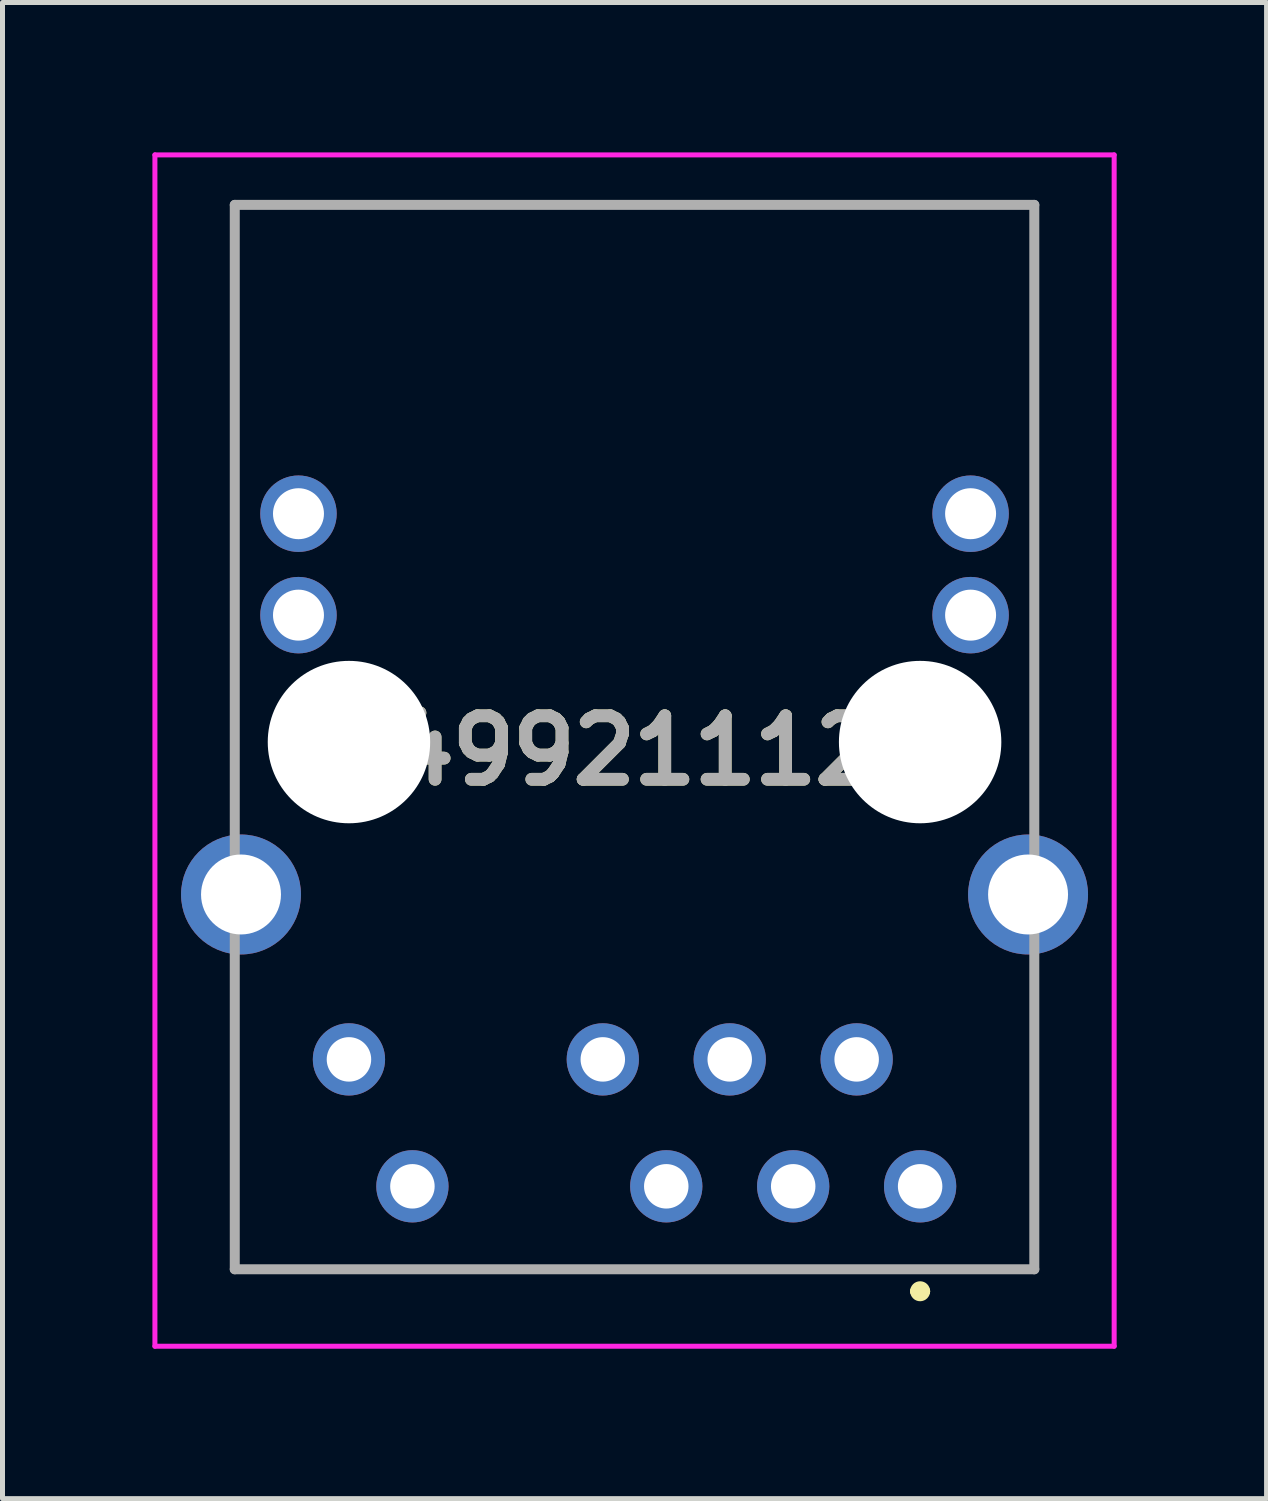
<source format=kicad_pcb>
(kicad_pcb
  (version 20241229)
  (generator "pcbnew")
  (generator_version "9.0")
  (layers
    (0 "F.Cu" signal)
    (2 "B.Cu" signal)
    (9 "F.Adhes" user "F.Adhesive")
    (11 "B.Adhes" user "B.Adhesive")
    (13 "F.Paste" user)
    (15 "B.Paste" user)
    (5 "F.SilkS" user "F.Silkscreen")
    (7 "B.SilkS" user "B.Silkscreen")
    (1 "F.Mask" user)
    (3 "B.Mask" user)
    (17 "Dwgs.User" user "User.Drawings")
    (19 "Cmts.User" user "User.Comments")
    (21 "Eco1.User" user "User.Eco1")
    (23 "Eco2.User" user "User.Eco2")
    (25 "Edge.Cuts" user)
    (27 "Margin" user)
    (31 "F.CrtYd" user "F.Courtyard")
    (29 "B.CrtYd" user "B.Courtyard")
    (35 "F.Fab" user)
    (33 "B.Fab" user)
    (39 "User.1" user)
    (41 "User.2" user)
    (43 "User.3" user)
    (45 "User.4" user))
  (footprint "7499211125"
    (layer "F.Cu")
    (at 15.363 20.69)
    (property "Reference" "7499211125" (at -5.715 -8.72 0) (layer "F.SilkS") (effects (font (size 1.27 1.27) (thickness 0.254))))
    (attr through_hole)
    (fp_line (start -13.715 -19.64) (end 2.285 -19.64) (stroke (width 0.1) (type solid)) (layer "F.SilkS"))
    (fp_line (start -13.715 -7.3) (end -13.715 -19.64) (stroke (width 0.1) (type solid)) (layer "F.SilkS"))
    (fp_line (start -13.715 -4.4) (end -13.715 1.66) (stroke (width 0.1) (type solid)) (layer "F.SilkS"))
    (fp_line (start -13.715 1.66) (end 2.16 1.66) (stroke (width 0.1) (type solid)) (layer "F.SilkS"))
    (fp_line (start -0.1 2.1) (end -0.1 2.1) (stroke (width 0.2) (type solid)) (layer "F.SilkS"))
    (fp_line (start 0.1 2.1) (end 0.1 2.1) (stroke (width 0.2) (type solid)) (layer "F.SilkS"))
    (fp_line (start 2.16 1.66) (end 2.285 1.66) (stroke (width 0.1) (type solid)) (layer "F.SilkS"))
    (fp_line (start 2.285 -19.64) (end 2.285 -7.3) (stroke (width 0.1) (type solid)) (layer "F.SilkS"))
    (fp_line (start 2.285 1.66) (end 2.285 -4.4) (stroke (width 0.1) (type solid)) (layer "F.SilkS"))
    (fp_arc (start -0.1 2.1) (mid 0 2) (end 0.1 2.1) (stroke (width 0.2) (type solid)) (layer "F.SilkS"))
    (fp_arc (start 0.1 2.1) (mid 0 2.2) (end -0.1 2.1) (stroke (width 0.2) (type solid)) (layer "F.SilkS"))
    (fp_line (start -15.313 -20.64) (end 3.883 -20.64) (stroke (width 0.1) (type solid)) (layer "F.CrtYd"))
    (fp_line (start -15.313 3.2) (end -15.313 -20.64) (stroke (width 0.1) (type solid)) (layer "F.CrtYd"))
    (fp_line (start 3.883 -20.64) (end 3.883 3.2) (stroke (width 0.1) (type solid)) (layer "F.CrtYd"))
    (fp_line (start 3.883 3.2) (end -15.313 3.2) (stroke (width 0.1) (type solid)) (layer "F.CrtYd"))
    (fp_line (start -13.715 -19.64) (end 2.285 -19.64) (stroke (width 0.2) (type solid)) (layer "F.Fab"))
    (fp_line (start -13.715 1.66) (end -13.715 -19.64) (stroke (width 0.2) (type solid)) (layer "F.Fab"))
    (fp_line (start 2.285 -19.64) (end 2.285 1.66) (stroke (width 0.2) (type solid)) (layer "F.Fab"))
    (fp_line (start 2.285 1.66) (end -13.715 1.66) (stroke (width 0.2) (type solid)) (layer "F.Fab"))
    (fp_text user "${REFERENCE}" (at -5.715 -8.72 0) (layer "F.Fab") (effects (font (size 1.27 1.27) (thickness 0.254))))
    (pad "" np_thru_hole circle (at -11.43 -8.89) (size 3.25 3.25) (drill 3.25) (layers "*.Cu" "*.Mask"))
    (pad "" np_thru_hole circle (at 0 -8.89) (size 3.25 3.25) (drill 3.25) (layers "*.Cu" "*.Mask"))
    (pad "1" thru_hole circle (at 0 0) (size 1.446 1.446) (drill 0.89) (layers "*.Cu" "*.Mask"))
    (pad "2" thru_hole circle (at -1.27 -2.54) (size 1.446 1.446) (drill 0.89) (layers "*.Cu" "*.Mask"))
    (pad "3" thru_hole circle (at -2.54 0) (size 1.446 1.446) (drill 0.89) (layers "*.Cu" "*.Mask"))
    (pad "4" thru_hole circle (at -3.81 -2.54) (size 1.446 1.446) (drill 0.89) (layers "*.Cu" "*.Mask"))
    (pad "5" thru_hole circle (at -5.08 0) (size 1.446 1.446) (drill 0.89) (layers "*.Cu" "*.Mask"))
    (pad "6" thru_hole circle (at -6.35 -2.54) (size 1.446 1.446) (drill 0.89) (layers "*.Cu" "*.Mask"))
    (pad "9" thru_hole circle (at -10.16 0) (size 1.446 1.446) (drill 0.89) (layers "*.Cu" "*.Mask"))
    (pad "10" thru_hole circle (at -11.43 -2.54) (size 1.446 1.446) (drill 0.89) (layers "*.Cu" "*.Mask"))
    (pad "11" thru_hole circle (at -12.44 -11.43) (size 1.53 1.53) (drill 1.02) (layers "*.Cu" "*.Mask"))
    (pad "12" thru_hole circle (at -12.44 -13.46) (size 1.53 1.53) (drill 1.02) (layers "*.Cu" "*.Mask"))
    (pad "13" thru_hole circle (at 1.01 -11.43) (size 1.53 1.53) (drill 1.02) (layers "*.Cu" "*.Mask"))
    (pad "14" thru_hole circle (at 1.01 -13.46) (size 1.53 1.53) (drill 1.02) (layers "*.Cu" "*.Mask"))
    (pad "MH2" thru_hole circle (at -13.59 -5.84) (size 2.4 2.4) (drill 1.6) (layers "*.Cu" "*.Mask"))
    (pad "MH4" thru_hole circle (at 2.16 -5.84) (size 2.4 2.4) (drill 1.6) (layers "*.Cu" "*.Mask")))
  (gr_rect
    (start -3 -3)
    (end 22.296 26.94)
    (stroke (width 0.1) (type default))
    (fill no)
    (layer "Edge.Cuts")))
</source>
